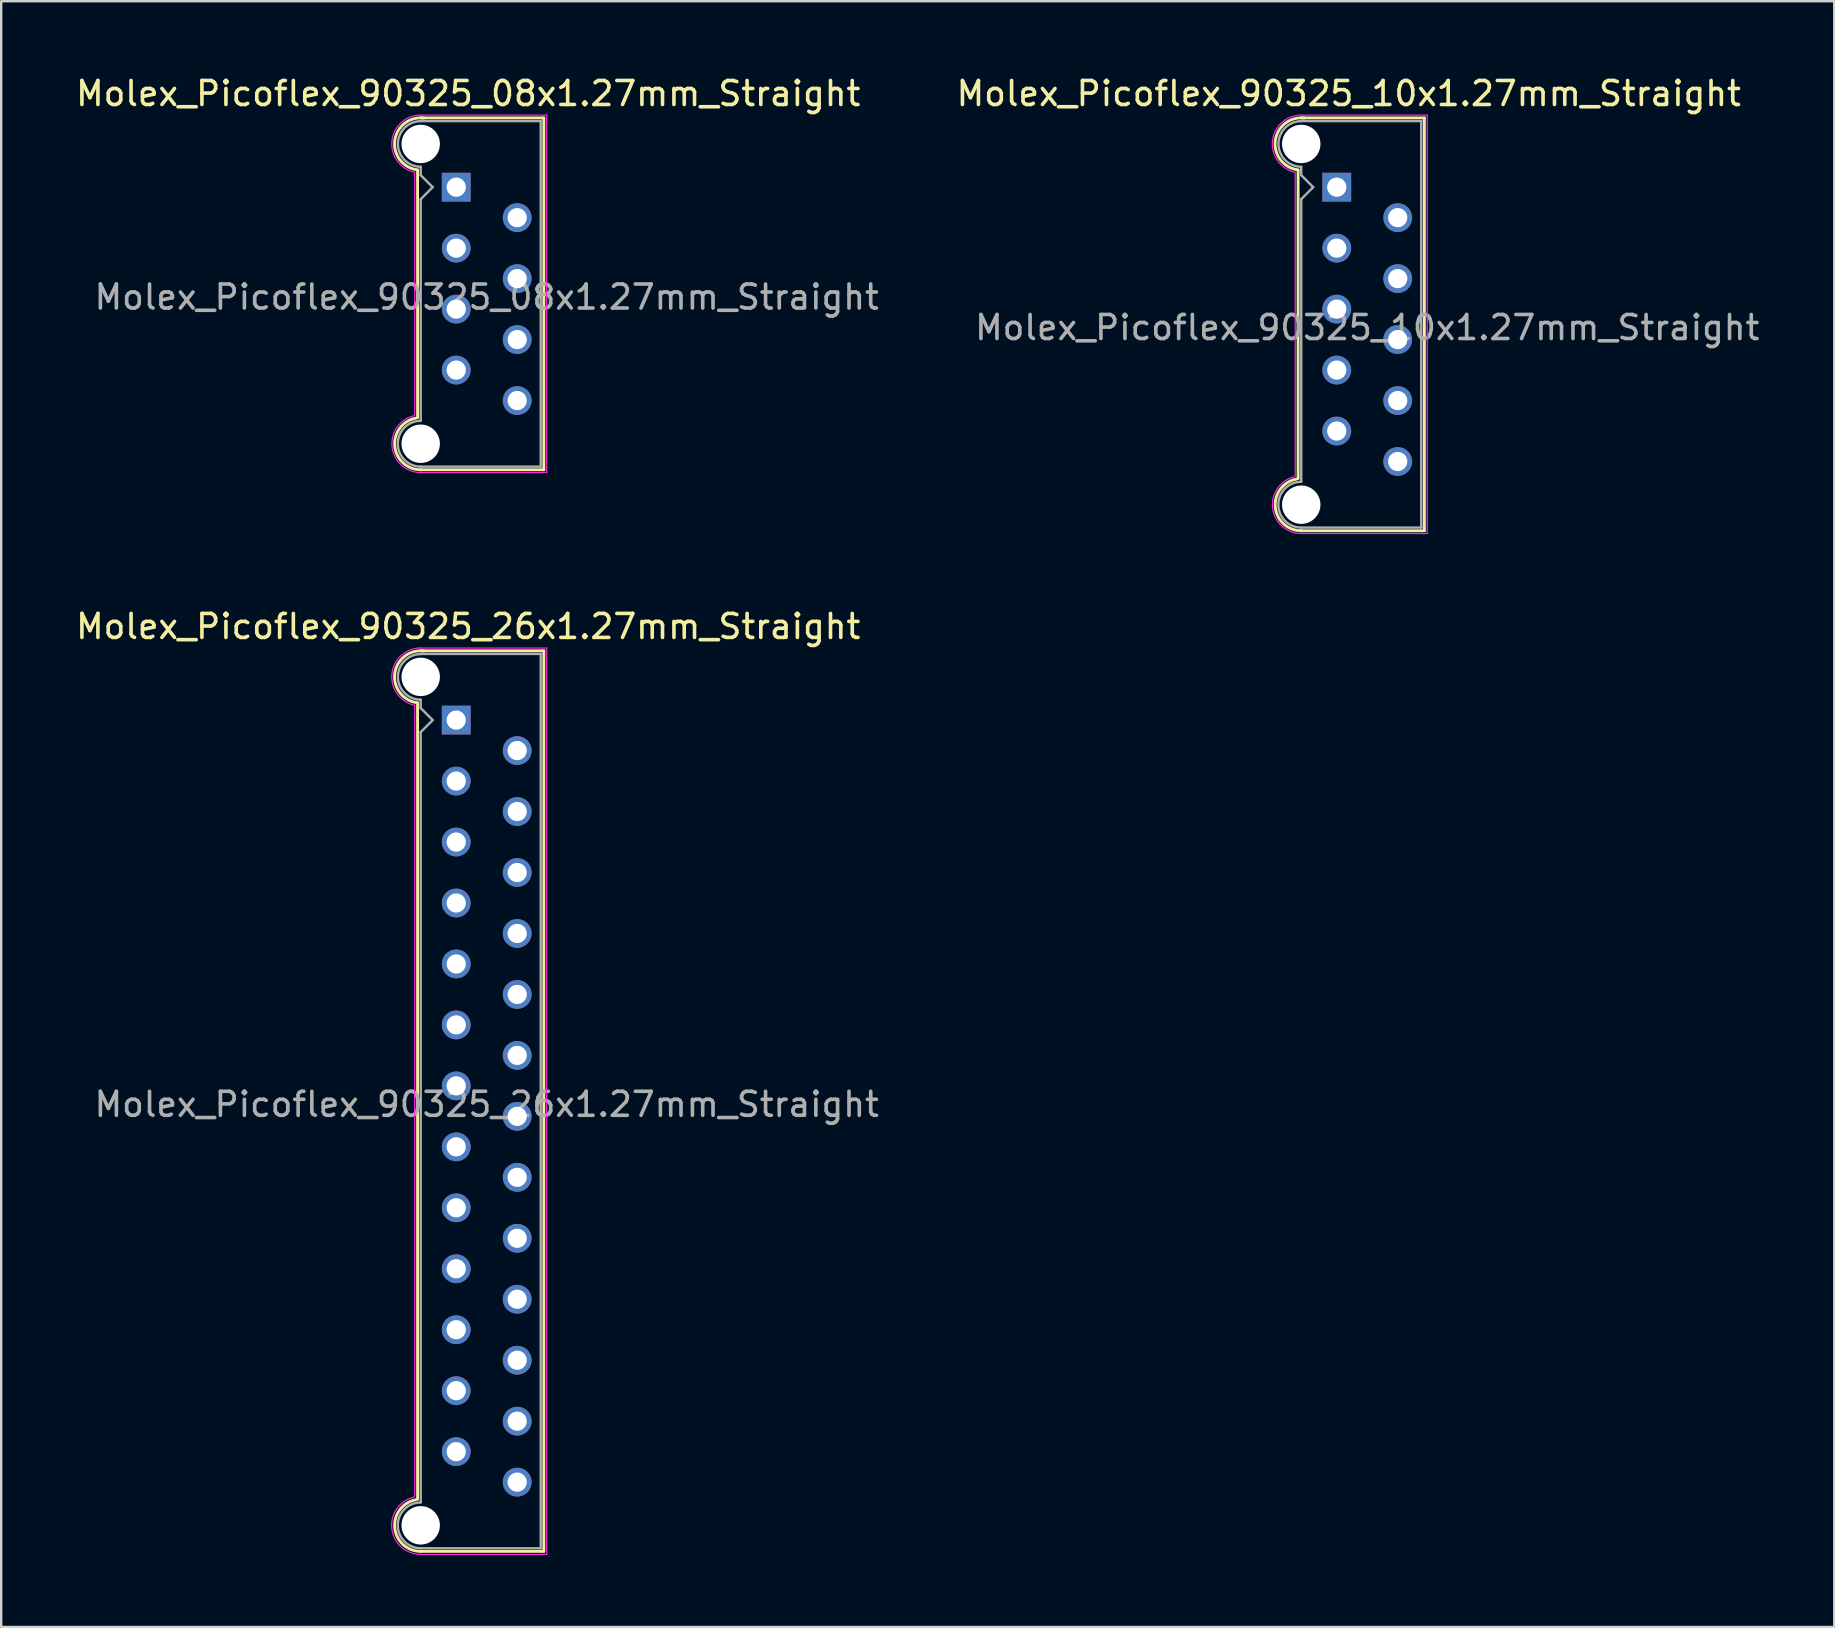
<source format=kicad_pcb>
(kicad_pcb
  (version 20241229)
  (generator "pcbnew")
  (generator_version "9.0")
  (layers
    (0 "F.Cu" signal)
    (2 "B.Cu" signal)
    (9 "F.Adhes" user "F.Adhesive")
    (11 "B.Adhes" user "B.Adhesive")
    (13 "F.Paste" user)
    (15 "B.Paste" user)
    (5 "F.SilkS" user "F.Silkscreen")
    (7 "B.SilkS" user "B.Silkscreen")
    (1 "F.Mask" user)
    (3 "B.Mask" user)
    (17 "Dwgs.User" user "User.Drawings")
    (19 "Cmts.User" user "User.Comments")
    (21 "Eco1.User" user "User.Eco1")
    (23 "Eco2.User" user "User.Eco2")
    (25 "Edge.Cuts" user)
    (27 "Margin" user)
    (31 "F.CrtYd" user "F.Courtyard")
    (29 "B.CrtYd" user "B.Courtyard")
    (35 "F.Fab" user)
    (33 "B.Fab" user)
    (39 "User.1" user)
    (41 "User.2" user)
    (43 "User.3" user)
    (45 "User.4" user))
  (footprint "Molex_Picoflex_90325_10x1.27mm_Straight"
    (layer "F.Cu")
    (at 52.645 4.748)
    (property "Reference" "Molex_Picoflex_90325_10x1.27mm_Straight" (at 0.5 -3.9 0) (layer "F.SilkS") (effects (font (size 1 1) (thickness 0.15))))
    (attr through_hole)
    (fp_line (start -1.61 -0.715) (end -1.61 12.145) (stroke (width 0.12) (type solid)) (layer "F.SilkS"))
    (fp_line (start -1.48 -2.885) (end 3.65 -2.885) (stroke (width 0.12) (type solid)) (layer "F.SilkS"))
    (fp_line (start 3.65 -2.885) (end 3.65 14.315) (stroke (width 0.12) (type solid)) (layer "F.SilkS"))
    (fp_line (start 3.65 14.315) (end -1.48 14.315) (stroke (width 0.12) (type solid)) (layer "F.SilkS"))
    (fp_arc (start -1.61 -0.72) (mid -2.56 -1.93) (end -1.35 -2.88) (stroke (width 0.12) (type solid)) (layer "F.SilkS"))
    (fp_arc (start -1.47 14.315) (mid -2.56 13.334526) (end -1.678256 12.16322) (stroke (width 0.12) (type solid)) (layer "F.SilkS"))
    (fp_line (start -1.73 -0.6) (end -1.73 12.03) (stroke (width 0.05) (type solid)) (layer "F.CrtYd"))
    (fp_line (start -1.48 -3) (end 3.77 -3) (stroke (width 0.05) (type solid)) (layer "F.CrtYd"))
    (fp_line (start 3.77 -3) (end 3.77 14.43) (stroke (width 0.05) (type solid)) (layer "F.CrtYd"))
    (fp_line (start 3.77 14.43) (end -1.48 14.43) (stroke (width 0.05) (type solid)) (layer "F.CrtYd"))
    (fp_arc (start -1.73 -0.62) (mid -2.679668 -1.925287) (end -1.480799 -3.006192) (stroke (width 0.05) (type solid)) (layer "F.CrtYd"))
    (fp_arc (start -1.47 14.43) (mid -2.672381 13.36538) (end -1.739276 12.058302) (stroke (width 0.05) (type solid)) (layer "F.CrtYd"))
    (fp_line (start -1.48 -2.755) (end 3.52 -2.755) (stroke (width 0.1) (type solid)) (layer "F.Fab"))
    (fp_line (start -1.48 -0.845) (end -1.48 -0.5) (stroke (width 0.1) (type solid)) (layer "F.Fab"))
    (fp_line (start -1.48 -0.5) (end -0.98 0) (stroke (width 0.1) (type solid)) (layer "F.Fab"))
    (fp_line (start -1.48 0.5) (end -1.48 12.275) (stroke (width 0.1) (type solid)) (layer "F.Fab"))
    (fp_line (start -0.98 0) (end -1.48 0.5) (stroke (width 0.1) (type solid)) (layer "F.Fab"))
    (fp_line (start 3.52 -2.755) (end 3.52 14.185) (stroke (width 0.1) (type solid)) (layer "F.Fab"))
    (fp_line (start 3.52 14.185) (end -1.48 14.185) (stroke (width 0.1) (type solid)) (layer "F.Fab"))
    (fp_arc (start -1.48 -0.85) (mid -2.43 -1.8) (end -1.48 -2.75) (stroke (width 0.1) (type solid)) (layer "F.Fab"))
    (fp_arc (start -1.48 14.185) (mid -2.435 13.23) (end -1.48 12.275) (stroke (width 0.1) (type solid)) (layer "F.Fab"))
    (fp_text user "${REFERENCE}" (at 1.27 5.85 0) (layer "F.Fab") (effects (font (size 1 1) (thickness 0.15))))
    (pad "" np_thru_hole circle (at -1.48 -1.8) (size 1.6 1.6) (drill 1.6) (layers "*.Cu"))
    (pad "" np_thru_hole circle (at -1.48 13.23) (size 1.6 1.6) (drill 1.6) (layers "*.Cu"))
    (pad "1" thru_hole rect (at 0 0) (size 1.2 1.2) (drill 0.8) (layers "*.Cu" "*.Mask"))
    (pad "2" thru_hole circle (at 2.54 1.27) (size 1.2 1.2) (drill 0.8) (layers "*.Cu" "*.Mask"))
    (pad "3" thru_hole circle (at 0 2.54) (size 1.2 1.2) (drill 0.8) (layers "*.Cu" "*.Mask"))
    (pad "4" thru_hole circle (at 2.54 3.81) (size 1.2 1.2) (drill 0.8) (layers "*.Cu" "*.Mask"))
    (pad "5" thru_hole circle (at 0 5.08) (size 1.2 1.2) (drill 0.8) (layers "*.Cu" "*.Mask"))
    (pad "6" thru_hole circle (at 2.54 6.35) (size 1.2 1.2) (drill 0.8) (layers "*.Cu" "*.Mask"))
    (pad "7" thru_hole circle (at 0 7.62) (size 1.2 1.2) (drill 0.8) (layers "*.Cu" "*.Mask"))
    (pad "8" thru_hole circle (at 2.54 8.89) (size 1.2 1.2) (drill 0.8) (layers "*.Cu" "*.Mask"))
    (pad "9" thru_hole circle (at 0 10.16) (size 1.2 1.2) (drill 0.8) (layers "*.Cu" "*.Mask"))
    (pad "10" thru_hole circle (at 2.54 11.43) (size 1.2 1.2) (drill 0.8) (layers "*.Cu" "*.Mask")))
  (footprint "Molex_Picoflex_90325_26x1.27mm_Straight"
    (layer "F.Cu")
    (at 15.958 26.952)
    (property "Reference" "Molex_Picoflex_90325_26x1.27mm_Straight" (at 0.5 -3.9 0) (layer "F.SilkS") (effects (font (size 1 1) (thickness 0.15))))
    (attr through_hole)
    (fp_line (start -1.61 -0.715) (end -1.61 32.465) (stroke (width 0.12) (type solid)) (layer "F.SilkS"))
    (fp_line (start -1.48 -2.885) (end 3.65 -2.885) (stroke (width 0.12) (type solid)) (layer "F.SilkS"))
    (fp_line (start 3.65 -2.885) (end 3.65 34.635) (stroke (width 0.12) (type solid)) (layer "F.SilkS"))
    (fp_line (start 3.65 34.635) (end -1.48 34.635) (stroke (width 0.12) (type solid)) (layer "F.SilkS"))
    (fp_arc (start -1.61 -0.72) (mid -2.56 -1.93) (end -1.35 -2.88) (stroke (width 0.12) (type solid)) (layer "F.SilkS"))
    (fp_arc (start -1.47 34.635) (mid -2.56 33.654526) (end -1.678256 32.48322) (stroke (width 0.12) (type solid)) (layer "F.SilkS"))
    (fp_line (start -1.73 -0.6) (end -1.73 32.34) (stroke (width 0.05) (type solid)) (layer "F.CrtYd"))
    (fp_line (start -1.48 -3) (end 3.77 -3) (stroke (width 0.05) (type solid)) (layer "F.CrtYd"))
    (fp_line (start 3.77 -3) (end 3.77 34.76) (stroke (width 0.05) (type solid)) (layer "F.CrtYd"))
    (fp_line (start 3.77 34.76) (end -1.48 34.76) (stroke (width 0.05) (type solid)) (layer "F.CrtYd"))
    (fp_arc (start -1.73 -0.62) (mid -2.679668 -1.925287) (end -1.480799 -3.006192) (stroke (width 0.05) (type solid)) (layer "F.CrtYd"))
    (fp_arc (start -1.47 34.76) (mid -2.682326 33.686425) (end -1.741355 32.368521) (stroke (width 0.05) (type solid)) (layer "F.CrtYd"))
    (fp_line (start -1.48 -2.755) (end 3.52 -2.755) (stroke (width 0.1) (type solid)) (layer "F.Fab"))
    (fp_line (start -1.48 -0.845) (end -1.48 -0.5) (stroke (width 0.1) (type solid)) (layer "F.Fab"))
    (fp_line (start -1.48 -0.5) (end -0.98 0) (stroke (width 0.1) (type solid)) (layer "F.Fab"))
    (fp_line (start -1.48 0.5) (end -1.48 32.595) (stroke (width 0.1) (type solid)) (layer "F.Fab"))
    (fp_line (start -0.98 0) (end -1.48 0.5) (stroke (width 0.1) (type solid)) (layer "F.Fab"))
    (fp_line (start 3.52 -2.755) (end 3.52 34.505) (stroke (width 0.1) (type solid)) (layer "F.Fab"))
    (fp_line (start 3.52 34.505) (end -1.48 34.505) (stroke (width 0.1) (type solid)) (layer "F.Fab"))
    (fp_arc (start -1.48 -0.85) (mid -2.43 -1.8) (end -1.48 -2.75) (stroke (width 0.1) (type solid)) (layer "F.Fab"))
    (fp_arc (start -1.48 34.505) (mid -2.435 33.55) (end -1.48 32.595) (stroke (width 0.1) (type solid)) (layer "F.Fab"))
    (fp_text user "${REFERENCE}" (at 1.27 16.01 0) (layer "F.Fab") (effects (font (size 1 1) (thickness 0.15))))
    (pad "" np_thru_hole circle (at -1.48 -1.8) (size 1.6 1.6) (drill 1.6) (layers "*.Cu"))
    (pad "" np_thru_hole circle (at -1.48 33.55) (size 1.6 1.6) (drill 1.6) (layers "*.Cu"))
    (pad "1" thru_hole rect (at 0 0) (size 1.2 1.2) (drill 0.8) (layers "*.Cu" "*.Mask"))
    (pad "2" thru_hole circle (at 2.54 1.27) (size 1.2 1.2) (drill 0.8) (layers "*.Cu" "*.Mask"))
    (pad "3" thru_hole circle (at 0 2.54) (size 1.2 1.2) (drill 0.8) (layers "*.Cu" "*.Mask"))
    (pad "4" thru_hole circle (at 2.54 3.81) (size 1.2 1.2) (drill 0.8) (layers "*.Cu" "*.Mask"))
    (pad "5" thru_hole circle (at 0 5.08) (size 1.2 1.2) (drill 0.8) (layers "*.Cu" "*.Mask"))
    (pad "6" thru_hole circle (at 2.54 6.35) (size 1.2 1.2) (drill 0.8) (layers "*.Cu" "*.Mask"))
    (pad "7" thru_hole circle (at 0 7.62) (size 1.2 1.2) (drill 0.8) (layers "*.Cu" "*.Mask"))
    (pad "8" thru_hole circle (at 2.54 8.89) (size 1.2 1.2) (drill 0.8) (layers "*.Cu" "*.Mask"))
    (pad "9" thru_hole circle (at 0 10.16) (size 1.2 1.2) (drill 0.8) (layers "*.Cu" "*.Mask"))
    (pad "10" thru_hole circle (at 2.54 11.43) (size 1.2 1.2) (drill 0.8) (layers "*.Cu" "*.Mask"))
    (pad "11" thru_hole circle (at 0 12.7) (size 1.2 1.2) (drill 0.8) (layers "*.Cu" "*.Mask"))
    (pad "12" thru_hole circle (at 2.54 13.97) (size 1.2 1.2) (drill 0.8) (layers "*.Cu" "*.Mask"))
    (pad "13" thru_hole circle (at 0 15.24) (size 1.2 1.2) (drill 0.8) (layers "*.Cu" "*.Mask"))
    (pad "14" thru_hole circle (at 2.54 16.51) (size 1.2 1.2) (drill 0.8) (layers "*.Cu" "*.Mask"))
    (pad "15" thru_hole circle (at 0 17.78) (size 1.2 1.2) (drill 0.8) (layers "*.Cu" "*.Mask"))
    (pad "16" thru_hole circle (at 2.54 19.05) (size 1.2 1.2) (drill 0.8) (layers "*.Cu" "*.Mask"))
    (pad "17" thru_hole circle (at 0 20.32) (size 1.2 1.2) (drill 0.8) (layers "*.Cu" "*.Mask"))
    (pad "18" thru_hole circle (at 2.54 21.59) (size 1.2 1.2) (drill 0.8) (layers "*.Cu" "*.Mask"))
    (pad "19" thru_hole circle (at 0 22.86) (size 1.2 1.2) (drill 0.8) (layers "*.Cu" "*.Mask"))
    (pad "20" thru_hole circle (at 2.54 24.13) (size 1.2 1.2) (drill 0.8) (layers "*.Cu" "*.Mask"))
    (pad "21" thru_hole circle (at 0 25.4) (size 1.2 1.2) (drill 0.8) (layers "*.Cu" "*.Mask"))
    (pad "22" thru_hole circle (at 2.54 26.67) (size 1.2 1.2) (drill 0.8) (layers "*.Cu" "*.Mask"))
    (pad "23" thru_hole circle (at 0 27.94) (size 1.2 1.2) (drill 0.8) (layers "*.Cu" "*.Mask"))
    (pad "24" thru_hole circle (at 2.54 29.21) (size 1.2 1.2) (drill 0.8) (layers "*.Cu" "*.Mask"))
    (pad "25" thru_hole circle (at 0 30.48) (size 1.2 1.2) (drill 0.8) (layers "*.Cu" "*.Mask"))
    (pad "26" thru_hole circle (at 2.54 31.75) (size 1.2 1.2) (drill 0.8) (layers "*.Cu" "*.Mask")))
  (footprint "Molex_Picoflex_90325_08x1.27mm_Straight"
    (layer "F.Cu")
    (at 15.958 4.748)
    (property "Reference" "Molex_Picoflex_90325_08x1.27mm_Straight" (at 0.5 -3.9 0) (layer "F.SilkS") (effects (font (size 1 1) (thickness 0.15))))
    (attr through_hole)
    (fp_line (start -1.61 -0.715) (end -1.61 9.605) (stroke (width 0.12) (type solid)) (layer "F.SilkS"))
    (fp_line (start -1.48 -2.885) (end 3.65 -2.885) (stroke (width 0.12) (type solid)) (layer "F.SilkS"))
    (fp_line (start 3.65 -2.885) (end 3.65 11.775) (stroke (width 0.12) (type solid)) (layer "F.SilkS"))
    (fp_line (start 3.65 11.775) (end -1.48 11.775) (stroke (width 0.12) (type solid)) (layer "F.SilkS"))
    (fp_arc (start -1.61 -0.72) (mid -2.56 -1.93) (end -1.35 -2.88) (stroke (width 0.12) (type solid)) (layer "F.SilkS"))
    (fp_arc (start -1.47 11.775) (mid -2.56 10.794526) (end -1.678256 9.62322) (stroke (width 0.12) (type solid)) (layer "F.SilkS"))
    (fp_line (start -1.73 -0.6) (end -1.73 9.49) (stroke (width 0.05) (type solid)) (layer "F.CrtYd"))
    (fp_line (start -1.48 -3) (end 3.77 -3) (stroke (width 0.05) (type solid)) (layer "F.CrtYd"))
    (fp_line (start 3.77 -3) (end 3.77 11.89) (stroke (width 0.05) (type solid)) (layer "F.CrtYd"))
    (fp_line (start 3.77 11.89) (end -1.48 11.89) (stroke (width 0.05) (type solid)) (layer "F.CrtYd"))
    (fp_arc (start -1.73 -0.62) (mid -2.679668 -1.925287) (end -1.480799 -3.006192) (stroke (width 0.05) (type solid)) (layer "F.CrtYd"))
    (fp_arc (start -1.47 11.89) (mid -2.672381 10.82538) (end -1.739276 9.518302) (stroke (width 0.05) (type solid)) (layer "F.CrtYd"))
    (fp_line (start -1.48 -2.755) (end 3.52 -2.755) (stroke (width 0.1) (type solid)) (layer "F.Fab"))
    (fp_line (start -1.48 -0.845) (end -1.48 -0.5) (stroke (width 0.1) (type solid)) (layer "F.Fab"))
    (fp_line (start -1.48 -0.5) (end -0.98 0) (stroke (width 0.1) (type solid)) (layer "F.Fab"))
    (fp_line (start -1.48 0.5) (end -1.48 9.735) (stroke (width 0.1) (type solid)) (layer "F.Fab"))
    (fp_line (start -0.98 0) (end -1.48 0.5) (stroke (width 0.1) (type solid)) (layer "F.Fab"))
    (fp_line (start 3.52 -2.755) (end 3.52 11.645) (stroke (width 0.1) (type solid)) (layer "F.Fab"))
    (fp_line (start 3.52 11.645) (end -1.48 11.645) (stroke (width 0.1) (type solid)) (layer "F.Fab"))
    (fp_arc (start -1.48 -0.85) (mid -2.43 -1.8) (end -1.48 -2.75) (stroke (width 0.1) (type solid)) (layer "F.Fab"))
    (fp_arc (start -1.48 11.645) (mid -2.435 10.69) (end -1.48 9.735) (stroke (width 0.1) (type solid)) (layer "F.Fab"))
    (fp_text user "${REFERENCE}" (at 1.27 4.58 0) (layer "F.Fab") (effects (font (size 1 1) (thickness 0.15))))
    (pad "" np_thru_hole circle (at -1.48 -1.8) (size 1.6 1.6) (drill 1.6) (layers "*.Cu"))
    (pad "" np_thru_hole circle (at -1.48 10.69) (size 1.6 1.6) (drill 1.6) (layers "*.Cu"))
    (pad "1" thru_hole rect (at 0 0) (size 1.2 1.2) (drill 0.8) (layers "*.Cu" "*.Mask"))
    (pad "2" thru_hole circle (at 2.54 1.27) (size 1.2 1.2) (drill 0.8) (layers "*.Cu" "*.Mask"))
    (pad "3" thru_hole circle (at 0 2.54) (size 1.2 1.2) (drill 0.8) (layers "*.Cu" "*.Mask"))
    (pad "4" thru_hole circle (at 2.54 3.81) (size 1.2 1.2) (drill 0.8) (layers "*.Cu" "*.Mask"))
    (pad "5" thru_hole circle (at 0 5.08) (size 1.2 1.2) (drill 0.8) (layers "*.Cu" "*.Mask"))
    (pad "6" thru_hole circle (at 2.54 6.35) (size 1.2 1.2) (drill 0.8) (layers "*.Cu" "*.Mask"))
    (pad "7" thru_hole circle (at 0 7.62) (size 1.2 1.2) (drill 0.8) (layers "*.Cu" "*.Mask"))
    (pad "8" thru_hole circle (at 2.54 8.89) (size 1.2 1.2) (drill 0.8) (layers "*.Cu" "*.Mask")))
  (gr_rect
    (start -3 -3)
    (end 73.373 64.737)
    (stroke (width 0.1) (type default))
    (fill no)
    (layer "Edge.Cuts")))
</source>
